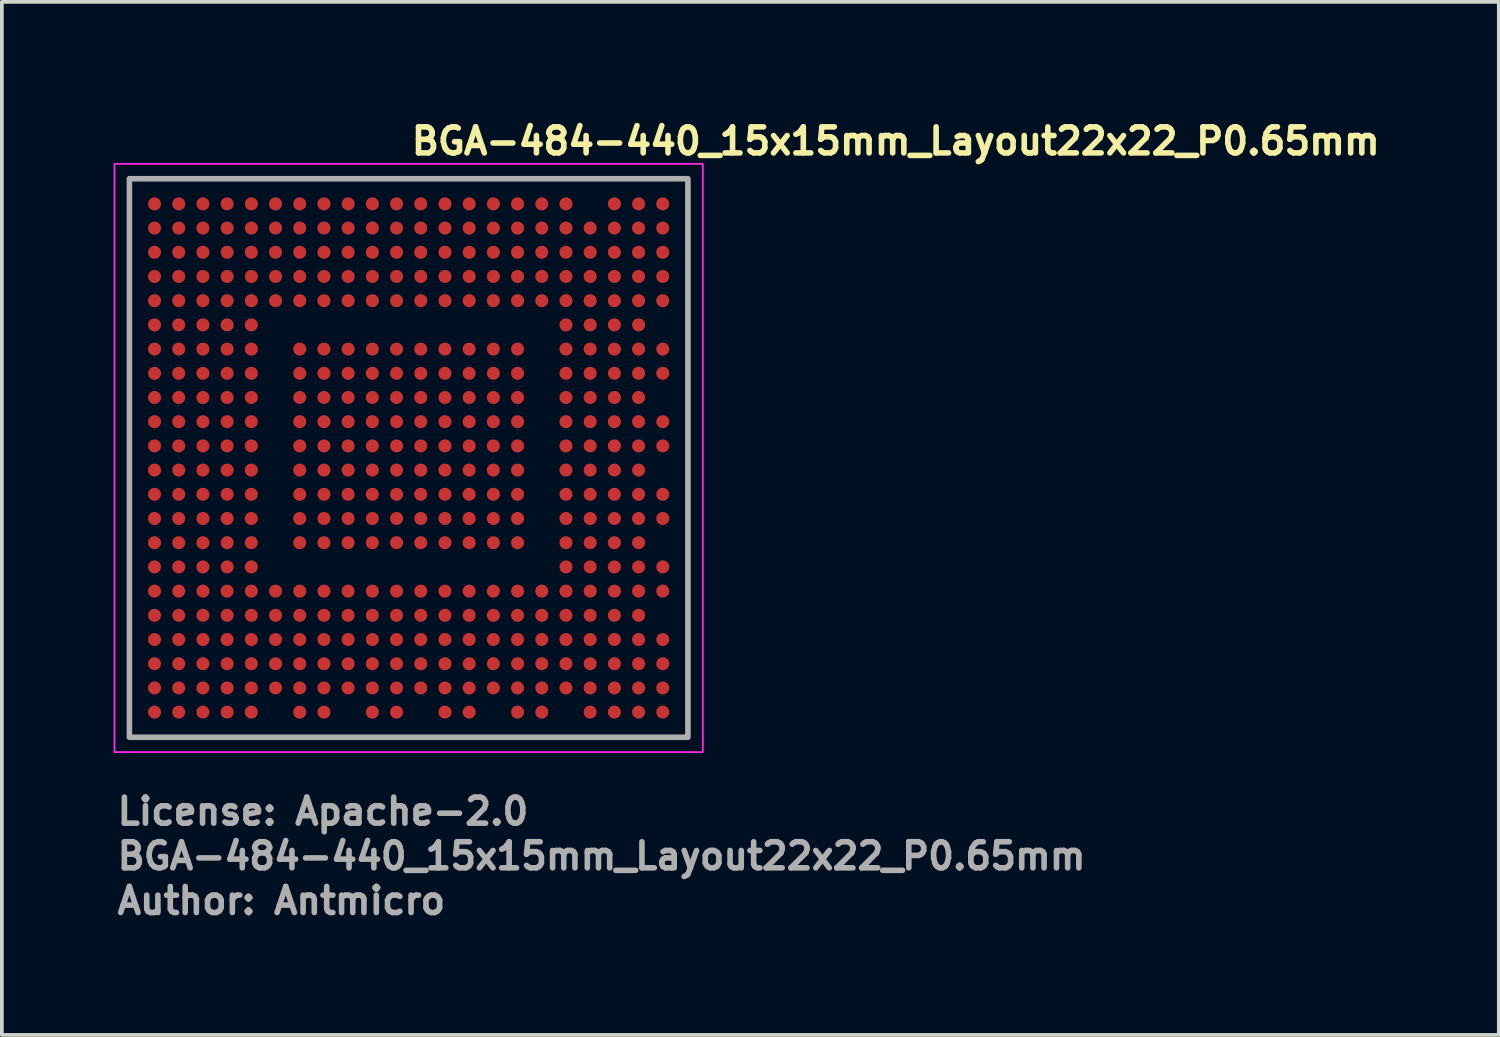
<source format=kicad_pcb>
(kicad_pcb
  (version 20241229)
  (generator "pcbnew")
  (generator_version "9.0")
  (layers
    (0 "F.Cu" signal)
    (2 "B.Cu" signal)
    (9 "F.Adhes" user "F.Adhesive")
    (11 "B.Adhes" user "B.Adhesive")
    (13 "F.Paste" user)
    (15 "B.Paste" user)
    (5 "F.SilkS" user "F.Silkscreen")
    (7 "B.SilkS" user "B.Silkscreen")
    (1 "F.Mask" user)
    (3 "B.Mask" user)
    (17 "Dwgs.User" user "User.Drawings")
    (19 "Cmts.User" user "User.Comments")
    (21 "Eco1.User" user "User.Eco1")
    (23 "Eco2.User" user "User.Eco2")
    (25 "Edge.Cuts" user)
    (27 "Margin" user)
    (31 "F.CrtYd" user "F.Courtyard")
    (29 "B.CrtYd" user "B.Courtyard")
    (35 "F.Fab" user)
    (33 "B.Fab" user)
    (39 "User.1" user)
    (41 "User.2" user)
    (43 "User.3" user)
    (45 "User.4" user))
  (footprint "BGA-484-440_15x15mm_Layout22x22_P0.65mm"
    (layer "F.Cu")
    (at 7.925 9.25)
    (property "Reference" "BGA-484-440_15x15mm_Layout22x22_P0.65mm" (at 0 -8.1 0) (unlocked yes) (layer "F.SilkS") (effects (font (size 0.7 0.7) (thickness 0.15)) (justify left bottom)))
    (attr smd)
    (fp_rect (start -7.9 -7.9) (end 7.9 7.9) (stroke (width 0.05) (type solid)) (fill no) (layer "F.CrtYd"))
    (fp_rect (start -7.5 -7.5) (end 7.5 7.5) (stroke (width 0.15) (type solid)) (fill no) (layer "F.Fab"))
    (fp_rect (start -7.5 -7.5) (end 7.5 7.5) (stroke (width 0.1) (type solid)) (fill no) (layer "User.5"))
    (fp_line (start -7.5 -7.5) (end -7.5 7.5) (stroke (width 0.02) (type solid)) (layer "User.9"))
    (fp_line (start -7.5 -7.5) (end 7.5 -7.5) (stroke (width 0.02) (type solid)) (layer "User.9"))
    (fp_line (start -7.5 7.5) (end 7.5 7.5) (stroke (width 0.02) (type solid)) (layer "User.9"))
    (fp_line (start -7.292 7.198) (end -7.292 -7.192) (stroke (width 0.02) (type solid)) (layer "User.9"))
    (fp_line (start -7.292 7.198) (end -7.257 7.198) (stroke (width 0.02) (type solid)) (layer "User.9"))
    (fp_line (start -7.257 -7.192) (end -7.292 -7.192) (stroke (width 0.02) (type solid)) (layer "User.9"))
    (fp_line (start -7.257 7.198) (end -7.257 -7.192) (stroke (width 0.02) (type solid)) (layer "User.9"))
    (fp_line (start -7.187 -7.297) (end 7.203 -7.297) (stroke (width 0.02) (type solid)) (layer "User.9"))
    (fp_line (start -7.187 -7.262) (end -7.187 -7.297) (stroke (width 0.02) (type solid)) (layer "User.9"))
    (fp_line (start -7.187 -7.262) (end 7.203 -7.262) (stroke (width 0.02) (type solid)) (layer "User.9"))
    (fp_line (start -7.187 7.268) (end -7.187 7.303) (stroke (width 0.02) (type solid)) (layer "User.9"))
    (fp_line (start -5.99 5.413) (end -5.99 -5.407) (stroke (width 0.02) (type solid)) (layer "User.9"))
    (fp_line (start -5.956 -5.402) (end -5.784 -5.402) (stroke (width 0.02) (type solid)) (layer "User.9"))
    (fp_line (start -5.956 5.408) (end -5.956 -5.402) (stroke (width 0.02) (type solid)) (layer "User.9"))
    (fp_line (start -5.956 5.408) (end -5.784 5.408) (stroke (width 0.02) (type solid)) (layer "User.9"))
    (fp_line (start -5.784 5.408) (end -5.784 -5.402) (stroke (width 0.02) (type solid)) (layer "User.9"))
    (fp_line (start -5.402 -5.995) (end 5.418 -5.995) (stroke (width 0.02) (type solid)) (layer "User.9"))
    (fp_line (start -5.397 -5.961) (end -5.397 -5.789) (stroke (width 0.02) (type solid)) (layer "User.9"))
    (fp_line (start -5.397 -5.961) (end 5.413 -5.961) (stroke (width 0.02) (type solid)) (layer "User.9"))
    (fp_line (start -5.397 -5.789) (end 5.413 -5.789) (stroke (width 0.02) (type solid)) (layer "User.9"))
    (fp_line (start -5.397 5.967) (end -5.397 5.795) (stroke (width 0.02) (type solid)) (layer "User.9"))
    (fp_line (start 5.413 -5.961) (end 5.413 -5.789) (stroke (width 0.02) (type solid)) (layer "User.9"))
    (fp_line (start 5.413 5.795) (end -5.397 5.795) (stroke (width 0.02) (type solid)) (layer "User.9"))
    (fp_line (start 5.413 5.967) (end -5.396 5.967) (stroke (width 0.02) (type solid)) (layer "User.9"))
    (fp_line (start 5.413 5.967) (end 5.413 5.795) (stroke (width 0.02) (type solid)) (layer "User.9"))
    (fp_line (start 5.413 6.002) (end -5.402 6.002) (stroke (width 0.02) (type solid)) (layer "User.9"))
    (fp_line (start 5.8 -5.402) (end 5.8 5.408) (stroke (width 0.02) (type solid)) (layer "User.9"))
    (fp_line (start 5.8 5.408) (end 5.972 5.408) (stroke (width 0.02) (type solid)) (layer "User.9"))
    (fp_line (start 5.972 -5.402) (end 5.8 -5.402) (stroke (width 0.02) (type solid)) (layer "User.9"))
    (fp_line (start 5.972 -5.402) (end 5.972 5.408) (stroke (width 0.02) (type solid)) (layer "User.9"))
    (fp_line (start 6.006 -5.407) (end 6.006 5.413) (stroke (width 0.02) (type solid)) (layer "User.9"))
    (fp_line (start 7.203 -7.262) (end 7.203 -7.297) (stroke (width 0.02) (type solid)) (layer "User.9"))
    (fp_line (start 7.203 7.268) (end -7.187 7.268) (stroke (width 0.02) (type solid)) (layer "User.9"))
    (fp_line (start 7.203 7.268) (end 7.203 7.303) (stroke (width 0.02) (type solid)) (layer "User.9"))
    (fp_line (start 7.203 7.303) (end -7.187 7.303) (stroke (width 0.02) (type solid)) (layer "User.9"))
    (fp_line (start 7.273 -7.192) (end 7.273 7.198) (stroke (width 0.02) (type solid)) (layer "User.9"))
    (fp_line (start 7.273 -7.192) (end 7.308 -7.192) (stroke (width 0.02) (type solid)) (layer "User.9"))
    (fp_line (start 7.273 7.198) (end 7.308 7.198) (stroke (width 0.02) (type solid)) (layer "User.9"))
    (fp_line (start 7.308 -7.192) (end 7.308 7.198) (stroke (width 0.02) (type solid)) (layer "User.9"))
    (fp_line (start 7.5 -7.5) (end 7.5 7.5) (stroke (width 0.02) (type solid)) (layer "User.9"))
    (fp_arc (start -7.292 -7.192) (mid -7.261 -7.266) (end -7.187 -7.297) (stroke (width 0.02) (type solid)) (layer "User.9"))
    (fp_arc (start -7.257 -7.192) (mid -7.236 -7.241) (end -7.187 -7.262) (stroke (width 0.02) (type solid)) (layer "User.9"))
    (fp_arc (start -7.187 7.268) (mid -7.236 7.247) (end -7.257 7.198) (stroke (width 0.02) (type solid)) (layer "User.9"))
    (fp_arc (start -7.187 7.303) (mid -7.261 7.272) (end -7.292 7.198) (stroke (width 0.02) (type solid)) (layer "User.9"))
    (fp_arc (start -5.99 -5.402) (mid -5.817252 -5.820133) (end -5.4 -5.995) (stroke (width 0.02) (type solid)) (layer "User.9"))
    (fp_arc (start -5.956 -5.402) (mid -5.788238 -5.798181) (end -5.39 -5.961) (stroke (width 0.02) (type solid)) (layer "User.9"))
    (fp_arc (start -5.784 -5.397) (mid -5.670289 -5.671771) (end -5.397 -5.789) (stroke (width 0.02) (type solid)) (layer "User.9"))
    (fp_arc (start -5.397279 5.96634) (mid -5.79346 5.798578) (end -5.956279 5.40034) (stroke (width 0.02) (type solid)) (layer "User.9"))
    (fp_arc (start -5.397279 6.00034) (mid -5.815412 5.827592) (end -5.990279 5.41034) (stroke (width 0.02) (type solid)) (layer "User.9"))
    (fp_arc (start -5.392279 5.79434) (mid -5.66705 5.680629) (end -5.784279 5.40734) (stroke (width 0.02) (type solid)) (layer "User.9"))
    (fp_arc (start 5.411 -5.961692) (mid 5.806738 -5.797842) (end 5.972 -5.402692) (stroke (width 0.02) (type solid)) (layer "User.9"))
    (fp_arc (start 5.418 -5.789692) (mid 5.687771 -5.673945) (end 5.8 -5.402692) (stroke (width 0.02) (type solid)) (layer "User.9"))
    (fp_arc (start 5.421 -5.995692) (mid 5.836251 -5.82) (end 6.007 -5.402692) (stroke (width 0.02) (type solid)) (layer "User.9"))
    (fp_arc (start 5.8 5.413) (mid 5.684253 5.682771) (end 5.413 5.795) (stroke (width 0.02) (type solid)) (layer "User.9"))
    (fp_arc (start 5.972 5.406) (mid 5.80815 5.801738) (end 5.413 5.967) (stroke (width 0.02) (type solid)) (layer "User.9"))
    (fp_arc (start 6.006 5.416) (mid 5.830308 5.831251) (end 5.413 6.002) (stroke (width 0.02) (type solid)) (layer "User.9"))
    (fp_arc (start 7.203 -7.297) (mid 7.277 -7.266) (end 7.308 -7.192) (stroke (width 0.02) (type solid)) (layer "User.9"))
    (fp_arc (start 7.203 -7.262) (mid 7.252 -7.241) (end 7.273 -7.192) (stroke (width 0.02) (type solid)) (layer "User.9"))
    (fp_arc (start 7.273 7.198) (mid 7.252 7.247) (end 7.203 7.268) (stroke (width 0.02) (type solid)) (layer "User.9"))
    (fp_arc (start 7.308 7.198) (mid 7.277 7.272) (end 7.203 7.303) (stroke (width 0.02) (type solid)) (layer "User.9"))
    (fp_circle (center -5 -5) (end -4.88 -5) (stroke (width 0.01) (type default)) (fill no) (layer "User.9"))
    (fp_text user "License: Apache-2.0" (at -7.9 9.9 0) (layer "F.Fab") (effects (font (size 0.7 0.7) (thickness 0.15)) (justify left bottom)))
    (fp_text user "${REFERENCE}" (at -7.9 11.1 0) (unlocked yes) (layer "F.Fab") (effects (font (size 0.7 0.7) (thickness 0.15)) (justify left bottom)))
    (fp_text user "Author: Antmicro" (at -7.9 12.3 0) (layer "F.Fab") (effects (font (size 0.7 0.7) (thickness 0.15)) (justify left bottom)))
    (pad "A1" smd circle (at -6.825 -6.825) (size 0.35 0.35) (layers "F.Cu" "F.Mask" "F.Paste"))
    (pad "A1" smd circle (at -6.825 6.825) (size 0.35 0.35) (layers "F.Cu" "F.Mask" "F.Paste"))
    (pad "A2" smd circle (at -6.175 -6.825) (size 0.35 0.35) (layers "F.Cu" "F.Mask" "F.Paste"))
    (pad "A2" smd circle (at -6.175 6.825) (size 0.35 0.35) (layers "F.Cu" "F.Mask" "F.Paste"))
    (pad "A3" smd circle (at -5.525 -6.825) (size 0.35 0.35) (layers "F.Cu" "F.Mask" "F.Paste"))
    (pad "A3" smd circle (at -5.525 6.825) (size 0.35 0.35) (layers "F.Cu" "F.Mask" "F.Paste"))
    (pad "A4" smd circle (at -4.875 -6.825) (size 0.35 0.35) (layers "F.Cu" "F.Mask" "F.Paste"))
    (pad "A4" smd circle (at -4.875 6.825) (size 0.35 0.35) (layers "F.Cu" "F.Mask" "F.Paste"))
    (pad "A5" smd circle (at -4.225 -6.825) (size 0.35 0.35) (layers "F.Cu" "F.Mask" "F.Paste"))
    (pad "A5" smd circle (at -4.225 6.825) (size 0.35 0.35) (layers "F.Cu" "F.Mask" "F.Paste"))
    (pad "A6" smd circle (at -3.575 -6.825) (size 0.35 0.35) (layers "F.Cu" "F.Mask" "F.Paste"))
    (pad "A7" smd circle (at -2.925 -6.825) (size 0.35 0.35) (layers "F.Cu" "F.Mask" "F.Paste"))
    (pad "A8" smd circle (at -2.275 -6.825) (size 0.35 0.35) (layers "F.Cu" "F.Mask" "F.Paste"))
    (pad "A9" smd circle (at -1.625 -6.825) (size 0.35 0.35) (layers "F.Cu" "F.Mask" "F.Paste"))
    (pad "A10" smd circle (at -0.975 -6.825) (size 0.35 0.35) (layers "F.Cu" "F.Mask" "F.Paste"))
    (pad "A11" smd circle (at -0.325 -6.825) (size 0.35 0.35) (layers "F.Cu" "F.Mask" "F.Paste"))
    (pad "A12" smd circle (at 0.325 -6.825) (size 0.35 0.35) (layers "F.Cu" "F.Mask" "F.Paste"))
    (pad "A13" smd circle (at 0.975 -6.825) (size 0.35 0.35) (layers "F.Cu" "F.Mask" "F.Paste"))
    (pad "A14" smd circle (at 1.625 -6.825) (size 0.35 0.35) (layers "F.Cu" "F.Mask" "F.Paste"))
    (pad "A15" smd circle (at 2.275 -6.825) (size 0.35 0.35) (layers "F.Cu" "F.Mask" "F.Paste"))
    (pad "A16" smd circle (at 2.925 -6.825) (size 0.35 0.35) (layers "F.Cu" "F.Mask" "F.Paste"))
    (pad "A17" smd circle (at 3.575 -6.825) (size 0.35 0.35) (layers "F.Cu" "F.Mask" "F.Paste"))
    (pad "A18" smd circle (at 4.225 -6.825) (size 0.35 0.35) (layers "F.Cu" "F.Mask" "F.Paste"))
    (pad "A20" smd circle (at 5.525 -6.825) (size 0.35 0.35) (layers "F.Cu" "F.Mask" "F.Paste"))
    (pad "A21" smd circle (at 6.175 -6.825) (size 0.35 0.35) (layers "F.Cu" "F.Mask" "F.Paste"))
    (pad "A22" smd circle (at 6.825 -6.825) (size 0.35 0.35) (layers "F.Cu" "F.Mask" "F.Paste"))
    (pad "B1" smd circle (at -6.825 -6.175) (size 0.35 0.35) (layers "F.Cu" "F.Mask" "F.Paste"))
    (pad "B2" smd circle (at -6.175 -6.175) (size 0.35 0.35) (layers "F.Cu" "F.Mask" "F.Paste"))
    (pad "B3" smd circle (at -5.525 -6.175) (size 0.35 0.35) (layers "F.Cu" "F.Mask" "F.Paste"))
    (pad "B4" smd circle (at -4.875 -6.175) (size 0.35 0.35) (layers "F.Cu" "F.Mask" "F.Paste"))
    (pad "B5" smd circle (at -4.225 -6.175) (size 0.35 0.35) (layers "F.Cu" "F.Mask" "F.Paste"))
    (pad "B6" smd circle (at -3.575 -6.175) (size 0.35 0.35) (layers "F.Cu" "F.Mask" "F.Paste"))
    (pad "B7" smd circle (at -2.925 -6.175) (size 0.35 0.35) (layers "F.Cu" "F.Mask" "F.Paste"))
    (pad "B8" smd circle (at -2.275 -6.175) (size 0.35 0.35) (layers "F.Cu" "F.Mask" "F.Paste"))
    (pad "B9" smd circle (at -1.625 -6.175) (size 0.35 0.35) (layers "F.Cu" "F.Mask" "F.Paste"))
    (pad "B10" smd circle (at -0.975 -6.175) (size 0.35 0.35) (layers "F.Cu" "F.Mask" "F.Paste"))
    (pad "B11" smd circle (at -0.325 -6.175) (size 0.35 0.35) (layers "F.Cu" "F.Mask" "F.Paste"))
    (pad "B12" smd circle (at 0.325 -6.175) (size 0.35 0.35) (layers "F.Cu" "F.Mask" "F.Paste"))
    (pad "B13" smd circle (at 0.975 -6.175) (size 0.35 0.35) (layers "F.Cu" "F.Mask" "F.Paste"))
    (pad "B14" smd circle (at 1.625 -6.175) (size 0.35 0.35) (layers "F.Cu" "F.Mask" "F.Paste"))
    (pad "B15" smd circle (at 2.275 -6.175) (size 0.35 0.35) (layers "F.Cu" "F.Mask" "F.Paste"))
    (pad "B16" smd circle (at 2.925 -6.175) (size 0.35 0.35) (layers "F.Cu" "F.Mask" "F.Paste"))
    (pad "B17" smd circle (at 3.575 -6.175) (size 0.35 0.35) (layers "F.Cu" "F.Mask" "F.Paste"))
    (pad "B18" smd circle (at 4.225 -6.175) (size 0.35 0.35) (layers "F.Cu" "F.Mask" "F.Paste"))
    (pad "B19" smd circle (at 4.875 -6.175) (size 0.35 0.35) (layers "F.Cu" "F.Mask" "F.Paste"))
    (pad "B20" smd circle (at 5.525 -6.175) (size 0.35 0.35) (layers "F.Cu" "F.Mask" "F.Paste"))
    (pad "B21" smd circle (at 6.175 -6.175) (size 0.35 0.35) (layers "F.Cu" "F.Mask" "F.Paste"))
    (pad "B22" smd circle (at 6.825 -6.175) (size 0.35 0.35) (layers "F.Cu" "F.Mask" "F.Paste"))
    (pad "C1" smd circle (at -6.825 -5.525) (size 0.35 0.35) (layers "F.Cu" "F.Mask" "F.Paste"))
    (pad "C2" smd circle (at -6.175 -5.525) (size 0.35 0.35) (layers "F.Cu" "F.Mask" "F.Paste"))
    (pad "C3" smd circle (at -5.525 -5.525) (size 0.35 0.35) (layers "F.Cu" "F.Mask" "F.Paste"))
    (pad "C4" smd circle (at -4.875 -5.525) (size 0.35 0.35) (layers "F.Cu" "F.Mask" "F.Paste"))
    (pad "C5" smd circle (at -4.225 -5.525) (size 0.35 0.35) (layers "F.Cu" "F.Mask" "F.Paste"))
    (pad "C6" smd circle (at -3.575 -5.525) (size 0.35 0.35) (layers "F.Cu" "F.Mask" "F.Paste"))
    (pad "C7" smd circle (at -2.925 -5.525) (size 0.35 0.35) (layers "F.Cu" "F.Mask" "F.Paste"))
    (pad "C8" smd circle (at -2.275 -5.525) (size 0.35 0.35) (layers "F.Cu" "F.Mask" "F.Paste"))
    (pad "C9" smd circle (at -1.625 -5.525) (size 0.35 0.35) (layers "F.Cu" "F.Mask" "F.Paste"))
    (pad "C10" smd circle (at -0.975 -5.525) (size 0.35 0.35) (layers "F.Cu" "F.Mask" "F.Paste"))
    (pad "C11" smd circle (at -0.325 -5.525) (size 0.35 0.35) (layers "F.Cu" "F.Mask" "F.Paste"))
    (pad "C12" smd circle (at 0.325 -5.525) (size 0.35 0.35) (layers "F.Cu" "F.Mask" "F.Paste"))
    (pad "C13" smd circle (at 0.975 -5.525) (size 0.35 0.35) (layers "F.Cu" "F.Mask" "F.Paste"))
    (pad "C14" smd circle (at 1.625 -5.525) (size 0.35 0.35) (layers "F.Cu" "F.Mask" "F.Paste"))
    (pad "C15" smd circle (at 2.275 -5.525) (size 0.35 0.35) (layers "F.Cu" "F.Mask" "F.Paste"))
    (pad "C16" smd circle (at 2.925 -5.525) (size 0.35 0.35) (layers "F.Cu" "F.Mask" "F.Paste"))
    (pad "C17" smd circle (at 3.575 -5.525) (size 0.35 0.35) (layers "F.Cu" "F.Mask" "F.Paste"))
    (pad "C18" smd circle (at 4.225 -5.525) (size 0.35 0.35) (layers "F.Cu" "F.Mask" "F.Paste"))
    (pad "C19" smd circle (at 4.875 -5.525) (size 0.35 0.35) (layers "F.Cu" "F.Mask" "F.Paste"))
    (pad "C20" smd circle (at 5.525 -5.525) (size 0.35 0.35) (layers "F.Cu" "F.Mask" "F.Paste"))
    (pad "C21" smd circle (at 6.175 -5.525) (size 0.35 0.35) (layers "F.Cu" "F.Mask" "F.Paste"))
    (pad "C22" smd circle (at 6.825 -5.525) (size 0.35 0.35) (layers "F.Cu" "F.Mask" "F.Paste"))
    (pad "D1" smd circle (at -6.825 -4.875) (size 0.35 0.35) (layers "F.Cu" "F.Mask" "F.Paste"))
    (pad "D2" smd circle (at -6.175 -4.875) (size 0.35 0.35) (layers "F.Cu" "F.Mask" "F.Paste"))
    (pad "D3" smd circle (at -5.525 -4.875) (size 0.35 0.35) (layers "F.Cu" "F.Mask" "F.Paste"))
    (pad "D4" smd circle (at -4.875 -4.875) (size 0.35 0.35) (layers "F.Cu" "F.Mask" "F.Paste"))
    (pad "D5" smd circle (at -4.225 -4.875) (size 0.35 0.35) (layers "F.Cu" "F.Mask" "F.Paste"))
    (pad "D6" smd circle (at -3.575 -4.875) (size 0.35 0.35) (layers "F.Cu" "F.Mask" "F.Paste"))
    (pad "D7" smd circle (at -2.925 -4.875) (size 0.35 0.35) (layers "F.Cu" "F.Mask" "F.Paste"))
    (pad "D8" smd circle (at -2.275 -4.875) (size 0.35 0.35) (layers "F.Cu" "F.Mask" "F.Paste"))
    (pad "D9" smd circle (at -1.625 -4.875) (size 0.35 0.35) (layers "F.Cu" "F.Mask" "F.Paste"))
    (pad "D10" smd circle (at -0.975 -4.875) (size 0.35 0.35) (layers "F.Cu" "F.Mask" "F.Paste"))
    (pad "D11" smd circle (at -0.325 -4.875) (size 0.35 0.35) (layers "F.Cu" "F.Mask" "F.Paste"))
    (pad "D12" smd circle (at 0.325 -4.875) (size 0.35 0.35) (layers "F.Cu" "F.Mask" "F.Paste"))
    (pad "D13" smd circle (at 0.975 -4.875) (size 0.35 0.35) (layers "F.Cu" "F.Mask" "F.Paste"))
    (pad "D14" smd circle (at 1.625 -4.875) (size 0.35 0.35) (layers "F.Cu" "F.Mask" "F.Paste"))
    (pad "D15" smd circle (at 2.275 -4.875) (size 0.35 0.35) (layers "F.Cu" "F.Mask" "F.Paste"))
    (pad "D16" smd circle (at 2.925 -4.875) (size 0.35 0.35) (layers "F.Cu" "F.Mask" "F.Paste"))
    (pad "D17" smd circle (at 3.575 -4.875) (size 0.35 0.35) (layers "F.Cu" "F.Mask" "F.Paste"))
    (pad "D18" smd circle (at 4.225 -4.875) (size 0.35 0.35) (layers "F.Cu" "F.Mask" "F.Paste"))
    (pad "D19" smd circle (at 4.875 -4.875) (size 0.35 0.35) (layers "F.Cu" "F.Mask" "F.Paste"))
    (pad "D20" smd circle (at 5.525 -4.875) (size 0.35 0.35) (layers "F.Cu" "F.Mask" "F.Paste"))
    (pad "D21" smd circle (at 6.175 -4.875) (size 0.35 0.35) (layers "F.Cu" "F.Mask" "F.Paste"))
    (pad "D22" smd circle (at 6.825 -4.875) (size 0.35 0.35) (layers "F.Cu" "F.Mask" "F.Paste"))
    (pad "E1" smd circle (at -6.825 -4.225) (size 0.35 0.35) (layers "F.Cu" "F.Mask" "F.Paste"))
    (pad "E2" smd circle (at -6.175 -4.225) (size 0.35 0.35) (layers "F.Cu" "F.Mask" "F.Paste"))
    (pad "E3" smd circle (at -5.525 -4.225) (size 0.35 0.35) (layers "F.Cu" "F.Mask" "F.Paste"))
    (pad "E4" smd circle (at -4.875 -4.225) (size 0.35 0.35) (layers "F.Cu" "F.Mask" "F.Paste"))
    (pad "E5" smd circle (at -4.225 -4.225) (size 0.35 0.35) (layers "F.Cu" "F.Mask" "F.Paste"))
    (pad "E6" smd circle (at -3.575 -4.225) (size 0.35 0.35) (layers "F.Cu" "F.Mask" "F.Paste"))
    (pad "E7" smd circle (at -2.925 -4.225) (size 0.35 0.35) (layers "F.Cu" "F.Mask" "F.Paste"))
    (pad "E8" smd circle (at -2.275 -4.225) (size 0.35 0.35) (layers "F.Cu" "F.Mask" "F.Paste"))
    (pad "E9" smd circle (at -1.625 -4.225) (size 0.35 0.35) (layers "F.Cu" "F.Mask" "F.Paste"))
    (pad "E10" smd circle (at -0.975 -4.225) (size 0.35 0.35) (layers "F.Cu" "F.Mask" "F.Paste"))
    (pad "E11" smd circle (at -0.325 -4.225) (size 0.35 0.35) (layers "F.Cu" "F.Mask" "F.Paste"))
    (pad "E12" smd circle (at 0.325 -4.225) (size 0.35 0.35) (layers "F.Cu" "F.Mask" "F.Paste"))
    (pad "E13" smd circle (at 0.975 -4.225) (size 0.35 0.35) (layers "F.Cu" "F.Mask" "F.Paste"))
    (pad "E14" smd circle (at 1.625 -4.225) (size 0.35 0.35) (layers "F.Cu" "F.Mask" "F.Paste"))
    (pad "E15" smd circle (at 2.275 -4.225) (size 0.35 0.35) (layers "F.Cu" "F.Mask" "F.Paste"))
    (pad "E16" smd circle (at 2.925 -4.225) (size 0.35 0.35) (layers "F.Cu" "F.Mask" "F.Paste"))
    (pad "E17" smd circle (at 3.575 -4.225) (size 0.35 0.35) (layers "F.Cu" "F.Mask" "F.Paste"))
    (pad "E18" smd circle (at 4.225 -4.225) (size 0.35 0.35) (layers "F.Cu" "F.Mask" "F.Paste"))
    (pad "E19" smd circle (at 4.875 -4.225) (size 0.35 0.35) (layers "F.Cu" "F.Mask" "F.Paste"))
    (pad "E20" smd circle (at 5.525 -4.225) (size 0.35 0.35) (layers "F.Cu" "F.Mask" "F.Paste"))
    (pad "E21" smd circle (at 6.175 -4.225) (size 0.35 0.35) (layers "F.Cu" "F.Mask" "F.Paste"))
    (pad "E22" smd circle (at 6.825 -4.225) (size 0.35 0.35) (layers "F.Cu" "F.Mask" "F.Paste"))
    (pad "F1" smd circle (at -6.825 -3.575) (size 0.35 0.35) (layers "F.Cu" "F.Mask" "F.Paste"))
    (pad "F2" smd circle (at -6.175 -3.575) (size 0.35 0.35) (layers "F.Cu" "F.Mask" "F.Paste"))
    (pad "F3" smd circle (at -5.525 -3.575) (size 0.35 0.35) (layers "F.Cu" "F.Mask" "F.Paste"))
    (pad "F4" smd circle (at -4.875 -3.575) (size 0.35 0.35) (layers "F.Cu" "F.Mask" "F.Paste"))
    (pad "F5" smd circle (at -4.225 -3.575) (size 0.35 0.35) (layers "F.Cu" "F.Mask" "F.Paste"))
    (pad "F18" smd circle (at 4.225 -3.575) (size 0.35 0.35) (layers "F.Cu" "F.Mask" "F.Paste"))
    (pad "F19" smd circle (at 4.875 -3.575) (size 0.35 0.35) (layers "F.Cu" "F.Mask" "F.Paste"))
    (pad "F20" smd circle (at 5.525 -3.575) (size 0.35 0.35) (layers "F.Cu" "F.Mask" "F.Paste"))
    (pad "F21" smd circle (at 6.175 -3.575) (size 0.35 0.35) (layers "F.Cu" "F.Mask" "F.Paste"))
    (pad "G1" smd circle (at -6.825 -2.925) (size 0.35 0.35) (layers "F.Cu" "F.Mask" "F.Paste"))
    (pad "G2" smd circle (at -6.175 -2.925) (size 0.35 0.35) (layers "F.Cu" "F.Mask" "F.Paste"))
    (pad "G3" smd circle (at -5.525 -2.925) (size 0.35 0.35) (layers "F.Cu" "F.Mask" "F.Paste"))
    (pad "G4" smd circle (at -4.875 -2.925) (size 0.35 0.35) (layers "F.Cu" "F.Mask" "F.Paste"))
    (pad "G5" smd circle (at -4.225 -2.925) (size 0.35 0.35) (layers "F.Cu" "F.Mask" "F.Paste"))
    (pad "G7" smd circle (at -2.925 -2.925) (size 0.35 0.35) (layers "F.Cu" "F.Mask" "F.Paste"))
    (pad "G8" smd circle (at -2.275 -2.925) (size 0.35 0.35) (layers "F.Cu" "F.Mask" "F.Paste"))
    (pad "G9" smd circle (at -1.625 -2.925) (size 0.35 0.35) (layers "F.Cu" "F.Mask" "F.Paste"))
    (pad "G10" smd circle (at -0.975 -2.925) (size 0.35 0.35) (layers "F.Cu" "F.Mask" "F.Paste"))
    (pad "G11" smd circle (at -0.325 -2.925) (size 0.35 0.35) (layers "F.Cu" "F.Mask" "F.Paste"))
    (pad "G12" smd circle (at 0.325 -2.925) (size 0.35 0.35) (layers "F.Cu" "F.Mask" "F.Paste"))
    (pad "G13" smd circle (at 0.975 -2.925) (size 0.35 0.35) (layers "F.Cu" "F.Mask" "F.Paste"))
    (pad "G14" smd circle (at 1.625 -2.925) (size 0.35 0.35) (layers "F.Cu" "F.Mask" "F.Paste"))
    (pad "G15" smd circle (at 2.275 -2.925) (size 0.35 0.35) (layers "F.Cu" "F.Mask" "F.Paste"))
    (pad "G16" smd circle (at 2.925 -2.925) (size 0.35 0.35) (layers "F.Cu" "F.Mask" "F.Paste"))
    (pad "G18" smd circle (at 4.225 -2.925) (size 0.35 0.35) (layers "F.Cu" "F.Mask" "F.Paste"))
    (pad "G19" smd circle (at 4.875 -2.925) (size 0.35 0.35) (layers "F.Cu" "F.Mask" "F.Paste"))
    (pad "G20" smd circle (at 5.525 -2.925) (size 0.35 0.35) (layers "F.Cu" "F.Mask" "F.Paste"))
    (pad "G21" smd circle (at 6.175 -2.925) (size 0.35 0.35) (layers "F.Cu" "F.Mask" "F.Paste"))
    (pad "G22" smd circle (at 6.825 -2.925) (size 0.35 0.35) (layers "F.Cu" "F.Mask" "F.Paste"))
    (pad "H1" smd circle (at -6.825 -2.275) (size 0.35 0.35) (layers "F.Cu" "F.Mask" "F.Paste"))
    (pad "H2" smd circle (at -6.175 -2.275) (size 0.35 0.35) (layers "F.Cu" "F.Mask" "F.Paste"))
    (pad "H3" smd circle (at -5.525 -2.275) (size 0.35 0.35) (layers "F.Cu" "F.Mask" "F.Paste"))
    (pad "H4" smd circle (at -4.875 -2.275) (size 0.35 0.35) (layers "F.Cu" "F.Mask" "F.Paste"))
    (pad "H5" smd circle (at -4.225 -2.275) (size 0.35 0.35) (layers "F.Cu" "F.Mask" "F.Paste"))
    (pad "H7" smd circle (at -2.925 -2.275) (size 0.35 0.35) (layers "F.Cu" "F.Mask" "F.Paste"))
    (pad "H8" smd circle (at -2.275 -2.275) (size 0.35 0.35) (layers "F.Cu" "F.Mask" "F.Paste"))
    (pad "H9" smd circle (at -1.625 -2.275) (size 0.35 0.35) (layers "F.Cu" "F.Mask" "F.Paste"))
    (pad "H10" smd circle (at -0.975 -2.275) (size 0.35 0.35) (layers "F.Cu" "F.Mask" "F.Paste"))
    (pad "H11" smd circle (at -0.325 -2.275) (size 0.35 0.35) (layers "F.Cu" "F.Mask" "F.Paste"))
    (pad "H12" smd circle (at 0.325 -2.275) (size 0.35 0.35) (layers "F.Cu" "F.Mask" "F.Paste"))
    (pad "H13" smd circle (at 0.975 -2.275) (size 0.35 0.35) (layers "F.Cu" "F.Mask" "F.Paste"))
    (pad "H14" smd circle (at 1.625 -2.275) (size 0.35 0.35) (layers "F.Cu" "F.Mask" "F.Paste"))
    (pad "H15" smd circle (at 2.275 -2.275) (size 0.35 0.35) (layers "F.Cu" "F.Mask" "F.Paste"))
    (pad "H16" smd circle (at 2.925 -2.275) (size 0.35 0.35) (layers "F.Cu" "F.Mask" "F.Paste"))
    (pad "H18" smd circle (at 4.225 -2.275) (size 0.35 0.35) (layers "F.Cu" "F.Mask" "F.Paste"))
    (pad "H19" smd circle (at 4.875 -2.275) (size 0.35 0.35) (layers "F.Cu" "F.Mask" "F.Paste"))
    (pad "H20" smd circle (at 5.525 -2.275) (size 0.35 0.35) (layers "F.Cu" "F.Mask" "F.Paste"))
    (pad "H21" smd circle (at 6.175 -2.275) (size 0.35 0.35) (layers "F.Cu" "F.Mask" "F.Paste"))
    (pad "H22" smd circle (at 6.825 -2.275) (size 0.35 0.35) (layers "F.Cu" "F.Mask" "F.Paste"))
    (pad "I1" smd circle (at -6.825 -1.625) (size 0.35 0.35) (layers "F.Cu" "F.Mask" "F.Paste"))
    (pad "I2" smd circle (at -6.175 -1.625) (size 0.35 0.35) (layers "F.Cu" "F.Mask" "F.Paste"))
    (pad "I3" smd circle (at -5.525 -1.625) (size 0.35 0.35) (layers "F.Cu" "F.Mask" "F.Paste"))
    (pad "I4" smd circle (at -4.875 -1.625) (size 0.35 0.35) (layers "F.Cu" "F.Mask" "F.Paste"))
    (pad "I5" smd circle (at -4.225 -1.625) (size 0.35 0.35) (layers "F.Cu" "F.Mask" "F.Paste"))
    (pad "I7" smd circle (at -2.925 -1.625) (size 0.35 0.35) (layers "F.Cu" "F.Mask" "F.Paste"))
    (pad "I8" smd circle (at -2.275 -1.625) (size 0.35 0.35) (layers "F.Cu" "F.Mask" "F.Paste"))
    (pad "I9" smd circle (at -1.625 -1.625) (size 0.35 0.35) (layers "F.Cu" "F.Mask" "F.Paste"))
    (pad "I10" smd circle (at -0.975 -1.625) (size 0.35 0.35) (layers "F.Cu" "F.Mask" "F.Paste"))
    (pad "I11" smd circle (at -0.325 -1.625) (size 0.35 0.35) (layers "F.Cu" "F.Mask" "F.Paste"))
    (pad "I12" smd circle (at 0.325 -1.625) (size 0.35 0.35) (layers "F.Cu" "F.Mask" "F.Paste"))
    (pad "I13" smd circle (at 0.975 -1.625) (size 0.35 0.35) (layers "F.Cu" "F.Mask" "F.Paste"))
    (pad "I14" smd circle (at 1.625 -1.625) (size 0.35 0.35) (layers "F.Cu" "F.Mask" "F.Paste"))
    (pad "I15" smd circle (at 2.275 -1.625) (size 0.35 0.35) (layers "F.Cu" "F.Mask" "F.Paste"))
    (pad "I16" smd circle (at 2.925 -1.625) (size 0.35 0.35) (layers "F.Cu" "F.Mask" "F.Paste"))
    (pad "I18" smd circle (at 4.225 -1.625) (size 0.35 0.35) (layers "F.Cu" "F.Mask" "F.Paste"))
    (pad "I19" smd circle (at 4.875 -1.625) (size 0.35 0.35) (layers "F.Cu" "F.Mask" "F.Paste"))
    (pad "I20" smd circle (at 5.525 -1.625) (size 0.35 0.35) (layers "F.Cu" "F.Mask" "F.Paste"))
    (pad "I21" smd circle (at 6.175 -1.625) (size 0.35 0.35) (layers "F.Cu" "F.Mask" "F.Paste"))
    (pad "J1" smd circle (at -6.825 -0.975) (size 0.35 0.35) (layers "F.Cu" "F.Mask" "F.Paste"))
    (pad "J2" smd circle (at -6.175 -0.975) (size 0.35 0.35) (layers "F.Cu" "F.Mask" "F.Paste"))
    (pad "J3" smd circle (at -5.525 -0.975) (size 0.35 0.35) (layers "F.Cu" "F.Mask" "F.Paste"))
    (pad "J4" smd circle (at -4.875 -0.975) (size 0.35 0.35) (layers "F.Cu" "F.Mask" "F.Paste"))
    (pad "J5" smd circle (at -4.225 -0.975) (size 0.35 0.35) (layers "F.Cu" "F.Mask" "F.Paste"))
    (pad "J7" smd circle (at -2.925 -0.975) (size 0.35 0.35) (layers "F.Cu" "F.Mask" "F.Paste"))
    (pad "J8" smd circle (at -2.275 -0.975) (size 0.35 0.35) (layers "F.Cu" "F.Mask" "F.Paste"))
    (pad "J9" smd circle (at -1.625 -0.975) (size 0.35 0.35) (layers "F.Cu" "F.Mask" "F.Paste"))
    (pad "J10" smd circle (at -0.975 -0.975) (size 0.35 0.35) (layers "F.Cu" "F.Mask" "F.Paste"))
    (pad "J11" smd circle (at -0.325 -0.975) (size 0.35 0.35) (layers "F.Cu" "F.Mask" "F.Paste"))
    (pad "J12" smd circle (at 0.325 -0.975) (size 0.35 0.35) (layers "F.Cu" "F.Mask" "F.Paste"))
    (pad "J13" smd circle (at 0.975 -0.975) (size 0.35 0.35) (layers "F.Cu" "F.Mask" "F.Paste"))
    (pad "J14" smd circle (at 1.625 -0.975) (size 0.35 0.35) (layers "F.Cu" "F.Mask" "F.Paste"))
    (pad "J15" smd circle (at 2.275 -0.975) (size 0.35 0.35) (layers "F.Cu" "F.Mask" "F.Paste"))
    (pad "J16" smd circle (at 2.925 -0.975) (size 0.35 0.35) (layers "F.Cu" "F.Mask" "F.Paste"))
    (pad "J18" smd circle (at 4.225 -0.975) (size 0.35 0.35) (layers "F.Cu" "F.Mask" "F.Paste"))
    (pad "J19" smd circle (at 4.875 -0.975) (size 0.35 0.35) (layers "F.Cu" "F.Mask" "F.Paste"))
    (pad "J20" smd circle (at 5.525 -0.975) (size 0.35 0.35) (layers "F.Cu" "F.Mask" "F.Paste"))
    (pad "J21" smd circle (at 6.175 -0.975) (size 0.35 0.35) (layers "F.Cu" "F.Mask" "F.Paste"))
    (pad "J22" smd circle (at 6.825 -0.975) (size 0.35 0.35) (layers "F.Cu" "F.Mask" "F.Paste"))
    (pad "K1" smd circle (at -6.825 -0.325) (size 0.35 0.35) (layers "F.Cu" "F.Mask" "F.Paste"))
    (pad "K2" smd circle (at -6.175 -0.325) (size 0.35 0.35) (layers "F.Cu" "F.Mask" "F.Paste"))
    (pad "K3" smd circle (at -5.525 -0.325) (size 0.35 0.35) (layers "F.Cu" "F.Mask" "F.Paste"))
    (pad "K4" smd circle (at -4.875 -0.325) (size 0.35 0.35) (layers "F.Cu" "F.Mask" "F.Paste"))
    (pad "K5" smd circle (at -4.225 -0.325) (size 0.35 0.35) (layers "F.Cu" "F.Mask" "F.Paste"))
    (pad "K7" smd circle (at -2.925 -0.325) (size 0.35 0.35) (layers "F.Cu" "F.Mask" "F.Paste"))
    (pad "K8" smd circle (at -2.275 -0.325) (size 0.35 0.35) (layers "F.Cu" "F.Mask" "F.Paste"))
    (pad "K9" smd circle (at -1.625 -0.325) (size 0.35 0.35) (layers "F.Cu" "F.Mask" "F.Paste"))
    (pad "K10" smd circle (at -0.975 -0.325) (size 0.35 0.35) (layers "F.Cu" "F.Mask" "F.Paste"))
    (pad "K11" smd circle (at -0.325 -0.325) (size 0.35 0.35) (layers "F.Cu" "F.Mask" "F.Paste"))
    (pad "K12" smd circle (at 0.325 -0.325) (size 0.35 0.35) (layers "F.Cu" "F.Mask" "F.Paste"))
    (pad "K13" smd circle (at 0.975 -0.325) (size 0.35 0.35) (layers "F.Cu" "F.Mask" "F.Paste"))
    (pad "K14" smd circle (at 1.625 -0.325) (size 0.35 0.35) (layers "F.Cu" "F.Mask" "F.Paste"))
    (pad "K15" smd circle (at 2.275 -0.325) (size 0.35 0.35) (layers "F.Cu" "F.Mask" "F.Paste"))
    (pad "K16" smd circle (at 2.925 -0.325) (size 0.35 0.35) (layers "F.Cu" "F.Mask" "F.Paste"))
    (pad "K18" smd circle (at 4.225 -0.325) (size 0.35 0.35) (layers "F.Cu" "F.Mask" "F.Paste"))
    (pad "K19" smd circle (at 4.875 -0.325) (size 0.35 0.35) (layers "F.Cu" "F.Mask" "F.Paste"))
    (pad "K20" smd circle (at 5.525 -0.325) (size 0.35 0.35) (layers "F.Cu" "F.Mask" "F.Paste"))
    (pad "K21" smd circle (at 6.175 -0.325) (size 0.35 0.35) (layers "F.Cu" "F.Mask" "F.Paste"))
    (pad "K22" smd circle (at 6.825 -0.325) (size 0.35 0.35) (layers "F.Cu" "F.Mask" "F.Paste"))
    (pad "L1" smd circle (at -6.825 0.325) (size 0.35 0.35) (layers "F.Cu" "F.Mask" "F.Paste"))
    (pad "L2" smd circle (at -6.175 0.325) (size 0.35 0.35) (layers "F.Cu" "F.Mask" "F.Paste"))
    (pad "L3" smd circle (at -5.525 0.325) (size 0.35 0.35) (layers "F.Cu" "F.Mask" "F.Paste"))
    (pad "L4" smd circle (at -4.875 0.325) (size 0.35 0.35) (layers "F.Cu" "F.Mask" "F.Paste"))
    (pad "L5" smd circle (at -4.225 0.325) (size 0.35 0.35) (layers "F.Cu" "F.Mask" "F.Paste"))
    (pad "L7" smd circle (at -2.925 0.325) (size 0.35 0.35) (layers "F.Cu" "F.Mask" "F.Paste"))
    (pad "L8" smd circle (at -2.275 0.325) (size 0.35 0.35) (layers "F.Cu" "F.Mask" "F.Paste"))
    (pad "L9" smd circle (at -1.625 0.325) (size 0.35 0.35) (layers "F.Cu" "F.Mask" "F.Paste"))
    (pad "L10" smd circle (at -0.975 0.325) (size 0.35 0.35) (layers "F.Cu" "F.Mask" "F.Paste"))
    (pad "L11" smd circle (at -0.325 0.325) (size 0.35 0.35) (layers "F.Cu" "F.Mask" "F.Paste"))
    (pad "L12" smd circle (at 0.325 0.325) (size 0.35 0.35) (layers "F.Cu" "F.Mask" "F.Paste"))
    (pad "L13" smd circle (at 0.975 0.325) (size 0.35 0.35) (layers "F.Cu" "F.Mask" "F.Paste"))
    (pad "L14" smd circle (at 1.625 0.325) (size 0.35 0.35) (layers "F.Cu" "F.Mask" "F.Paste"))
    (pad "L15" smd circle (at 2.275 0.325) (size 0.35 0.35) (layers "F.Cu" "F.Mask" "F.Paste"))
    (pad "L16" smd circle (at 2.925 0.325) (size 0.35 0.35) (layers "F.Cu" "F.Mask" "F.Paste"))
    (pad "L18" smd circle (at 4.225 0.325) (size 0.35 0.35) (layers "F.Cu" "F.Mask" "F.Paste"))
    (pad "L19" smd circle (at 4.875 0.325) (size 0.35 0.35) (layers "F.Cu" "F.Mask" "F.Paste"))
    (pad "L20" smd circle (at 5.525 0.325) (size 0.35 0.35) (layers "F.Cu" "F.Mask" "F.Paste"))
    (pad "L21" smd circle (at 6.175 0.325) (size 0.35 0.35) (layers "F.Cu" "F.Mask" "F.Paste"))
    (pad "M1" smd circle (at -6.825 0.975) (size 0.35 0.35) (layers "F.Cu" "F.Mask" "F.Paste"))
    (pad "M2" smd circle (at -6.175 0.975) (size 0.35 0.35) (layers "F.Cu" "F.Mask" "F.Paste"))
    (pad "M3" smd circle (at -5.525 0.975) (size 0.35 0.35) (layers "F.Cu" "F.Mask" "F.Paste"))
    (pad "M4" smd circle (at -4.875 0.975) (size 0.35 0.35) (layers "F.Cu" "F.Mask" "F.Paste"))
    (pad "M5" smd circle (at -4.225 0.975) (size 0.35 0.35) (layers "F.Cu" "F.Mask" "F.Paste"))
    (pad "M7" smd circle (at -2.925 0.975) (size 0.35 0.35) (layers "F.Cu" "F.Mask" "F.Paste"))
    (pad "M8" smd circle (at -2.275 0.975) (size 0.35 0.35) (layers "F.Cu" "F.Mask" "F.Paste"))
    (pad "M9" smd circle (at -1.625 0.975) (size 0.35 0.35) (layers "F.Cu" "F.Mask" "F.Paste"))
    (pad "M10" smd circle (at -0.975 0.975) (size 0.35 0.35) (layers "F.Cu" "F.Mask" "F.Paste"))
    (pad "M11" smd circle (at -0.325 0.975) (size 0.35 0.35) (layers "F.Cu" "F.Mask" "F.Paste"))
    (pad "M12" smd circle (at 0.325 0.975) (size 0.35 0.35) (layers "F.Cu" "F.Mask" "F.Paste"))
    (pad "M13" smd circle (at 0.975 0.975) (size 0.35 0.35) (layers "F.Cu" "F.Mask" "F.Paste"))
    (pad "M14" smd circle (at 1.625 0.975) (size 0.35 0.35) (layers "F.Cu" "F.Mask" "F.Paste"))
    (pad "M15" smd circle (at 2.275 0.975) (size 0.35 0.35) (layers "F.Cu" "F.Mask" "F.Paste"))
    (pad "M16" smd circle (at 2.925 0.975) (size 0.35 0.35) (layers "F.Cu" "F.Mask" "F.Paste"))
    (pad "M18" smd circle (at 4.225 0.975) (size 0.35 0.35) (layers "F.Cu" "F.Mask" "F.Paste"))
    (pad "M19" smd circle (at 4.875 0.975) (size 0.35 0.35) (layers "F.Cu" "F.Mask" "F.Paste"))
    (pad "M20" smd circle (at 5.525 0.975) (size 0.35 0.35) (layers "F.Cu" "F.Mask" "F.Paste"))
    (pad "M21" smd circle (at 6.175 0.975) (size 0.35 0.35) (layers "F.Cu" "F.Mask" "F.Paste"))
    (pad "M22" smd circle (at 6.825 0.975) (size 0.35 0.35) (layers "F.Cu" "F.Mask" "F.Paste"))
    (pad "N1" smd circle (at -6.825 1.625) (size 0.35 0.35) (layers "F.Cu" "F.Mask" "F.Paste"))
    (pad "N2" smd circle (at -6.175 1.625) (size 0.35 0.35) (layers "F.Cu" "F.Mask" "F.Paste"))
    (pad "N3" smd circle (at -5.525 1.625) (size 0.35 0.35) (layers "F.Cu" "F.Mask" "F.Paste"))
    (pad "N4" smd circle (at -4.875 1.625) (size 0.35 0.35) (layers "F.Cu" "F.Mask" "F.Paste"))
    (pad "N5" smd circle (at -4.225 1.625) (size 0.35 0.35) (layers "F.Cu" "F.Mask" "F.Paste"))
    (pad "N7" smd circle (at -2.925 1.625) (size 0.35 0.35) (layers "F.Cu" "F.Mask" "F.Paste"))
    (pad "N8" smd circle (at -2.275 1.625) (size 0.35 0.35) (layers "F.Cu" "F.Mask" "F.Paste"))
    (pad "N9" smd circle (at -1.625 1.625) (size 0.35 0.35) (layers "F.Cu" "F.Mask" "F.Paste"))
    (pad "N10" smd circle (at -0.975 1.625) (size 0.35 0.35) (layers "F.Cu" "F.Mask" "F.Paste"))
    (pad "N11" smd circle (at -0.325 1.625) (size 0.35 0.35) (layers "F.Cu" "F.Mask" "F.Paste"))
    (pad "N12" smd circle (at 0.325 1.625) (size 0.35 0.35) (layers "F.Cu" "F.Mask" "F.Paste"))
    (pad "N13" smd circle (at 0.975 1.625) (size 0.35 0.35) (layers "F.Cu" "F.Mask" "F.Paste"))
    (pad "N14" smd circle (at 1.625 1.625) (size 0.35 0.35) (layers "F.Cu" "F.Mask" "F.Paste"))
    (pad "N15" smd circle (at 2.275 1.625) (size 0.35 0.35) (layers "F.Cu" "F.Mask" "F.Paste"))
    (pad "N16" smd circle (at 2.925 1.625) (size 0.35 0.35) (layers "F.Cu" "F.Mask" "F.Paste"))
    (pad "N18" smd circle (at 4.225 1.625) (size 0.35 0.35) (layers "F.Cu" "F.Mask" "F.Paste"))
    (pad "N19" smd circle (at 4.875 1.625) (size 0.35 0.35) (layers "F.Cu" "F.Mask" "F.Paste"))
    (pad "N20" smd circle (at 5.525 1.625) (size 0.35 0.35) (layers "F.Cu" "F.Mask" "F.Paste"))
    (pad "N21" smd circle (at 6.175 1.625) (size 0.35 0.35) (layers "F.Cu" "F.Mask" "F.Paste"))
    (pad "N22" smd circle (at 6.825 1.625) (size 0.35 0.35) (layers "F.Cu" "F.Mask" "F.Paste"))
    (pad "O1" smd circle (at -6.825 2.275) (size 0.35 0.35) (layers "F.Cu" "F.Mask" "F.Paste"))
    (pad "O2" smd circle (at -6.175 2.275) (size 0.35 0.35) (layers "F.Cu" "F.Mask" "F.Paste"))
    (pad "O3" smd circle (at -5.525 2.275) (size 0.35 0.35) (layers "F.Cu" "F.Mask" "F.Paste"))
    (pad "O4" smd circle (at -4.875 2.275) (size 0.35 0.35) (layers "F.Cu" "F.Mask" "F.Paste"))
    (pad "O5" smd circle (at -4.225 2.275) (size 0.35 0.35) (layers "F.Cu" "F.Mask" "F.Paste"))
    (pad "O7" smd circle (at -2.925 2.275) (size 0.35 0.35) (layers "F.Cu" "F.Mask" "F.Paste"))
    (pad "O8" smd circle (at -2.275 2.275) (size 0.35 0.35) (layers "F.Cu" "F.Mask" "F.Paste"))
    (pad "O9" smd circle (at -1.625 2.275) (size 0.35 0.35) (layers "F.Cu" "F.Mask" "F.Paste"))
    (pad "O10" smd circle (at -0.975 2.275) (size 0.35 0.35) (layers "F.Cu" "F.Mask" "F.Paste"))
    (pad "O11" smd circle (at -0.325 2.275) (size 0.35 0.35) (layers "F.Cu" "F.Mask" "F.Paste"))
    (pad "O12" smd circle (at 0.325 2.275) (size 0.35 0.35) (layers "F.Cu" "F.Mask" "F.Paste"))
    (pad "O13" smd circle (at 0.975 2.275) (size 0.35 0.35) (layers "F.Cu" "F.Mask" "F.Paste"))
    (pad "O14" smd circle (at 1.625 2.275) (size 0.35 0.35) (layers "F.Cu" "F.Mask" "F.Paste"))
    (pad "O15" smd circle (at 2.275 2.275) (size 0.35 0.35) (layers "F.Cu" "F.Mask" "F.Paste"))
    (pad "O16" smd circle (at 2.925 2.275) (size 0.35 0.35) (layers "F.Cu" "F.Mask" "F.Paste"))
    (pad "O18" smd circle (at 4.225 2.275) (size 0.35 0.35) (layers "F.Cu" "F.Mask" "F.Paste"))
    (pad "O19" smd circle (at 4.875 2.275) (size 0.35 0.35) (layers "F.Cu" "F.Mask" "F.Paste"))
    (pad "O20" smd circle (at 5.525 2.275) (size 0.35 0.35) (layers "F.Cu" "F.Mask" "F.Paste"))
    (pad "O21" smd circle (at 6.175 2.275) (size 0.35 0.35) (layers "F.Cu" "F.Mask" "F.Paste"))
    (pad "P1" smd circle (at -6.825 2.925) (size 0.35 0.35) (layers "F.Cu" "F.Mask" "F.Paste"))
    (pad "P2" smd circle (at -6.175 2.925) (size 0.35 0.35) (layers "F.Cu" "F.Mask" "F.Paste"))
    (pad "P3" smd circle (at -5.525 2.925) (size 0.35 0.35) (layers "F.Cu" "F.Mask" "F.Paste"))
    (pad "P4" smd circle (at -4.875 2.925) (size 0.35 0.35) (layers "F.Cu" "F.Mask" "F.Paste"))
    (pad "P5" smd circle (at -4.225 2.925) (size 0.35 0.35) (layers "F.Cu" "F.Mask" "F.Paste"))
    (pad "P18" smd circle (at 4.225 2.925) (size 0.35 0.35) (layers "F.Cu" "F.Mask" "F.Paste"))
    (pad "P19" smd circle (at 4.875 2.925) (size 0.35 0.35) (layers "F.Cu" "F.Mask" "F.Paste"))
    (pad "P20" smd circle (at 5.525 2.925) (size 0.35 0.35) (layers "F.Cu" "F.Mask" "F.Paste"))
    (pad "P21" smd circle (at 6.175 2.925) (size 0.35 0.35) (layers "F.Cu" "F.Mask" "F.Paste"))
    (pad "P22" smd circle (at 6.825 2.925) (size 0.35 0.35) (layers "F.Cu" "F.Mask" "F.Paste"))
    (pad "Q1" smd circle (at -6.825 3.575) (size 0.35 0.35) (layers "F.Cu" "F.Mask" "F.Paste"))
    (pad "Q2" smd circle (at -6.175 3.575) (size 0.35 0.35) (layers "F.Cu" "F.Mask" "F.Paste"))
    (pad "Q3" smd circle (at -5.525 3.575) (size 0.35 0.35) (layers "F.Cu" "F.Mask" "F.Paste"))
    (pad "Q4" smd circle (at -4.875 3.575) (size 0.35 0.35) (layers "F.Cu" "F.Mask" "F.Paste"))
    (pad "Q5" smd circle (at -4.225 3.575) (size 0.35 0.35) (layers "F.Cu" "F.Mask" "F.Paste"))
    (pad "Q6" smd circle (at -3.575 3.575) (size 0.35 0.35) (layers "F.Cu" "F.Mask" "F.Paste"))
    (pad "Q7" smd circle (at -2.925 3.575) (size 0.35 0.35) (layers "F.Cu" "F.Mask" "F.Paste"))
    (pad "Q8" smd circle (at -2.275 3.575) (size 0.35 0.35) (layers "F.Cu" "F.Mask" "F.Paste"))
    (pad "Q9" smd circle (at -1.625 3.575) (size 0.35 0.35) (layers "F.Cu" "F.Mask" "F.Paste"))
    (pad "Q10" smd circle (at -0.975 3.575) (size 0.35 0.35) (layers "F.Cu" "F.Mask" "F.Paste"))
    (pad "Q11" smd circle (at -0.325 3.575) (size 0.35 0.35) (layers "F.Cu" "F.Mask" "F.Paste"))
    (pad "Q12" smd circle (at 0.325 3.575) (size 0.35 0.35) (layers "F.Cu" "F.Mask" "F.Paste"))
    (pad "Q13" smd circle (at 0.975 3.575) (size 0.35 0.35) (layers "F.Cu" "F.Mask" "F.Paste"))
    (pad "Q14" smd circle (at 1.625 3.575) (size 0.35 0.35) (layers "F.Cu" "F.Mask" "F.Paste"))
    (pad "Q15" smd circle (at 2.275 3.575) (size 0.35 0.35) (layers "F.Cu" "F.Mask" "F.Paste"))
    (pad "Q16" smd circle (at 2.925 3.575) (size 0.35 0.35) (layers "F.Cu" "F.Mask" "F.Paste"))
    (pad "Q17" smd circle (at 3.575 3.575) (size 0.35 0.35) (layers "F.Cu" "F.Mask" "F.Paste"))
    (pad "Q18" smd circle (at 4.225 3.575) (size 0.35 0.35) (layers "F.Cu" "F.Mask" "F.Paste"))
    (pad "Q19" smd circle (at 4.875 3.575) (size 0.35 0.35) (layers "F.Cu" "F.Mask" "F.Paste"))
    (pad "Q20" smd circle (at 5.525 3.575) (size 0.35 0.35) (layers "F.Cu" "F.Mask" "F.Paste"))
    (pad "Q21" smd circle (at 6.175 3.575) (size 0.35 0.35) (layers "F.Cu" "F.Mask" "F.Paste"))
    (pad "Q22" smd circle (at 6.825 3.575) (size 0.35 0.35) (layers "F.Cu" "F.Mask" "F.Paste"))
    (pad "R1" smd circle (at -6.825 4.225) (size 0.35 0.35) (layers "F.Cu" "F.Mask" "F.Paste"))
    (pad "R2" smd circle (at -6.175 4.225) (size 0.35 0.35) (layers "F.Cu" "F.Mask" "F.Paste"))
    (pad "R3" smd circle (at -5.525 4.225) (size 0.35 0.35) (layers "F.Cu" "F.Mask" "F.Paste"))
    (pad "R4" smd circle (at -4.875 4.225) (size 0.35 0.35) (layers "F.Cu" "F.Mask" "F.Paste"))
    (pad "R5" smd circle (at -4.225 4.225) (size 0.35 0.35) (layers "F.Cu" "F.Mask" "F.Paste"))
    (pad "R6" smd circle (at -3.575 4.225) (size 0.35 0.35) (layers "F.Cu" "F.Mask" "F.Paste"))
    (pad "R7" smd circle (at -2.925 4.225) (size 0.35 0.35) (layers "F.Cu" "F.Mask" "F.Paste"))
    (pad "R8" smd circle (at -2.275 4.225) (size 0.35 0.35) (layers "F.Cu" "F.Mask" "F.Paste"))
    (pad "R9" smd circle (at -1.625 4.225) (size 0.35 0.35) (layers "F.Cu" "F.Mask" "F.Paste"))
    (pad "R10" smd circle (at -0.975 4.225) (size 0.35 0.35) (layers "F.Cu" "F.Mask" "F.Paste"))
    (pad "R11" smd circle (at -0.325 4.225) (size 0.35 0.35) (layers "F.Cu" "F.Mask" "F.Paste"))
    (pad "R12" smd circle (at 0.325 4.225) (size 0.35 0.35) (layers "F.Cu" "F.Mask" "F.Paste"))
    (pad "R13" smd circle (at 0.975 4.225) (size 0.35 0.35) (layers "F.Cu" "F.Mask" "F.Paste"))
    (pad "R14" smd circle (at 1.625 4.225) (size 0.35 0.35) (layers "F.Cu" "F.Mask" "F.Paste"))
    (pad "R15" smd circle (at 2.275 4.225) (size 0.35 0.35) (layers "F.Cu" "F.Mask" "F.Paste"))
    (pad "R16" smd circle (at 2.925 4.225) (size 0.35 0.35) (layers "F.Cu" "F.Mask" "F.Paste"))
    (pad "R17" smd circle (at 3.575 4.225) (size 0.35 0.35) (layers "F.Cu" "F.Mask" "F.Paste"))
    (pad "R18" smd circle (at 4.225 4.225) (size 0.35 0.35) (layers "F.Cu" "F.Mask" "F.Paste"))
    (pad "R19" smd circle (at 4.875 4.225) (size 0.35 0.35) (layers "F.Cu" "F.Mask" "F.Paste"))
    (pad "R20" smd circle (at 5.525 4.225) (size 0.35 0.35) (layers "F.Cu" "F.Mask" "F.Paste"))
    (pad "R21" smd circle (at 6.175 4.225) (size 0.35 0.35) (layers "F.Cu" "F.Mask" "F.Paste"))
    (pad "S1" smd circle (at -6.825 4.875) (size 0.35 0.35) (layers "F.Cu" "F.Mask" "F.Paste"))
    (pad "S2" smd circle (at -6.175 4.875) (size 0.35 0.35) (layers "F.Cu" "F.Mask" "F.Paste"))
    (pad "S3" smd circle (at -5.525 4.875) (size 0.35 0.35) (layers "F.Cu" "F.Mask" "F.Paste"))
    (pad "S4" smd circle (at -4.875 4.875) (size 0.35 0.35) (layers "F.Cu" "F.Mask" "F.Paste"))
    (pad "S5" smd circle (at -4.225 4.875) (size 0.35 0.35) (layers "F.Cu" "F.Mask" "F.Paste"))
    (pad "S6" smd circle (at -3.575 4.875) (size 0.35 0.35) (layers "F.Cu" "F.Mask" "F.Paste"))
    (pad "S7" smd circle (at -2.925 4.875) (size 0.35 0.35) (layers "F.Cu" "F.Mask" "F.Paste"))
    (pad "S8" smd circle (at -2.275 4.875) (size 0.35 0.35) (layers "F.Cu" "F.Mask" "F.Paste"))
    (pad "S9" smd circle (at -1.625 4.875) (size 0.35 0.35) (layers "F.Cu" "F.Mask" "F.Paste"))
    (pad "S10" smd circle (at -0.975 4.875) (size 0.35 0.35) (layers "F.Cu" "F.Mask" "F.Paste"))
    (pad "S11" smd circle (at -0.325 4.875) (size 0.35 0.35) (layers "F.Cu" "F.Mask" "F.Paste"))
    (pad "S12" smd circle (at 0.325 4.875) (size 0.35 0.35) (layers "F.Cu" "F.Mask" "F.Paste"))
    (pad "S13" smd circle (at 0.975 4.875) (size 0.35 0.35) (layers "F.Cu" "F.Mask" "F.Paste"))
    (pad "S14" smd circle (at 1.625 4.875) (size 0.35 0.35) (layers "F.Cu" "F.Mask" "F.Paste"))
    (pad "S15" smd circle (at 2.275 4.875) (size 0.35 0.35) (layers "F.Cu" "F.Mask" "F.Paste"))
    (pad "S16" smd circle (at 2.925 4.875) (size 0.35 0.35) (layers "F.Cu" "F.Mask" "F.Paste"))
    (pad "S17" smd circle (at 3.575 4.875) (size 0.35 0.35) (layers "F.Cu" "F.Mask" "F.Paste"))
    (pad "S18" smd circle (at 4.225 4.875) (size 0.35 0.35) (layers "F.Cu" "F.Mask" "F.Paste"))
    (pad "S19" smd circle (at 4.875 4.875) (size 0.35 0.35) (layers "F.Cu" "F.Mask" "F.Paste"))
    (pad "S20" smd circle (at 5.525 4.875) (size 0.35 0.35) (layers "F.Cu" "F.Mask" "F.Paste"))
    (pad "S21" smd circle (at 6.175 4.875) (size 0.35 0.35) (layers "F.Cu" "F.Mask" "F.Paste"))
    (pad "S22" smd circle (at 6.825 4.875) (size 0.35 0.35) (layers "F.Cu" "F.Mask" "F.Paste"))
    (pad "T1" smd circle (at -6.825 5.525) (size 0.35 0.35) (layers "F.Cu" "F.Mask" "F.Paste"))
    (pad "T2" smd circle (at -6.175 5.525) (size 0.35 0.35) (layers "F.Cu" "F.Mask" "F.Paste"))
    (pad "T3" smd circle (at -5.525 5.525) (size 0.35 0.35) (layers "F.Cu" "F.Mask" "F.Paste"))
    (pad "T4" smd circle (at -4.875 5.525) (size 0.35 0.35) (layers "F.Cu" "F.Mask" "F.Paste"))
    (pad "T5" smd circle (at -4.225 5.525) (size 0.35 0.35) (layers "F.Cu" "F.Mask" "F.Paste"))
    (pad "T6" smd circle (at -3.575 5.525) (size 0.35 0.35) (layers "F.Cu" "F.Mask" "F.Paste"))
    (pad "T7" smd circle (at -2.925 5.525) (size 0.35 0.35) (layers "F.Cu" "F.Mask" "F.Paste"))
    (pad "T8" smd circle (at -2.275 5.525) (size 0.35 0.35) (layers "F.Cu" "F.Mask" "F.Paste"))
    (pad "T9" smd circle (at -1.625 5.525) (size 0.35 0.35) (layers "F.Cu" "F.Mask" "F.Paste"))
    (pad "T10" smd circle (at -0.975 5.525) (size 0.35 0.35) (layers "F.Cu" "F.Mask" "F.Paste"))
    (pad "T11" smd circle (at -0.325 5.525) (size 0.35 0.35) (layers "F.Cu" "F.Mask" "F.Paste"))
    (pad "T12" smd circle (at 0.325 5.525) (size 0.35 0.35) (layers "F.Cu" "F.Mask" "F.Paste"))
    (pad "T13" smd circle (at 0.975 5.525) (size 0.35 0.35) (layers "F.Cu" "F.Mask" "F.Paste"))
    (pad "T14" smd circle (at 1.625 5.525) (size 0.35 0.35) (layers "F.Cu" "F.Mask" "F.Paste"))
    (pad "T15" smd circle (at 2.275 5.525) (size 0.35 0.35) (layers "F.Cu" "F.Mask" "F.Paste"))
    (pad "T16" smd circle (at 2.925 5.525) (size 0.35 0.35) (layers "F.Cu" "F.Mask" "F.Paste"))
    (pad "T17" smd circle (at 3.575 5.525) (size 0.35 0.35) (layers "F.Cu" "F.Mask" "F.Paste"))
    (pad "T18" smd circle (at 4.225 5.525) (size 0.35 0.35) (layers "F.Cu" "F.Mask" "F.Paste"))
    (pad "T19" smd circle (at 4.875 5.525) (size 0.35 0.35) (layers "F.Cu" "F.Mask" "F.Paste"))
    (pad "T20" smd circle (at 5.525 5.525) (size 0.35 0.35) (layers "F.Cu" "F.Mask" "F.Paste"))
    (pad "T21" smd circle (at 6.175 5.525) (size 0.35 0.35) (layers "F.Cu" "F.Mask" "F.Paste"))
    (pad "T22" smd circle (at 6.825 5.525) (size 0.35 0.35) (layers "F.Cu" "F.Mask" "F.Paste"))
    (pad "U1" smd circle (at -6.825 6.175) (size 0.35 0.35) (layers "F.Cu" "F.Mask" "F.Paste"))
    (pad "U2" smd circle (at -6.175 6.175) (size 0.35 0.35) (layers "F.Cu" "F.Mask" "F.Paste"))
    (pad "U3" smd circle (at -5.525 6.175) (size 0.35 0.35) (layers "F.Cu" "F.Mask" "F.Paste"))
    (pad "U4" smd circle (at -4.875 6.175) (size 0.35 0.35) (layers "F.Cu" "F.Mask" "F.Paste"))
    (pad "U5" smd circle (at -4.225 6.175) (size 0.35 0.35) (layers "F.Cu" "F.Mask" "F.Paste"))
    (pad "U6" smd circle (at -3.575 6.175) (size 0.35 0.35) (layers "F.Cu" "F.Mask" "F.Paste"))
    (pad "U7" smd circle (at -2.925 6.175) (size 0.35 0.35) (layers "F.Cu" "F.Mask" "F.Paste"))
    (pad "U8" smd circle (at -2.275 6.175) (size 0.35 0.35) (layers "F.Cu" "F.Mask" "F.Paste"))
    (pad "U9" smd circle (at -1.625 6.175) (size 0.35 0.35) (layers "F.Cu" "F.Mask" "F.Paste"))
    (pad "U10" smd circle (at -0.975 6.175) (size 0.35 0.35) (layers "F.Cu" "F.Mask" "F.Paste"))
    (pad "U11" smd circle (at -0.325 6.175) (size 0.35 0.35) (layers "F.Cu" "F.Mask" "F.Paste"))
    (pad "U12" smd circle (at 0.325 6.175) (size 0.35 0.35) (layers "F.Cu" "F.Mask" "F.Paste"))
    (pad "U13" smd circle (at 0.975 6.175) (size 0.35 0.35) (layers "F.Cu" "F.Mask" "F.Paste"))
    (pad "U14" smd circle (at 1.625 6.175) (size 0.35 0.35) (layers "F.Cu" "F.Mask" "F.Paste"))
    (pad "U15" smd circle (at 2.275 6.175) (size 0.35 0.35) (layers "F.Cu" "F.Mask" "F.Paste"))
    (pad "U16" smd circle (at 2.925 6.175) (size 0.35 0.35) (layers "F.Cu" "F.Mask" "F.Paste"))
    (pad "U17" smd circle (at 3.575 6.175) (size 0.35 0.35) (layers "F.Cu" "F.Mask" "F.Paste"))
    (pad "U18" smd circle (at 4.225 6.175) (size 0.35 0.35) (layers "F.Cu" "F.Mask" "F.Paste"))
    (pad "U19" smd circle (at 4.875 6.175) (size 0.35 0.35) (layers "F.Cu" "F.Mask" "F.Paste"))
    (pad "U20" smd circle (at 5.525 6.175) (size 0.35 0.35) (layers "F.Cu" "F.Mask" "F.Paste"))
    (pad "U21" smd circle (at 6.175 6.175) (size 0.35 0.35) (layers "F.Cu" "F.Mask" "F.Paste"))
    (pad "U22" smd circle (at 6.825 6.175) (size 0.35 0.35) (layers "F.Cu" "F.Mask" "F.Paste"))
    (pad "V7" smd circle (at -2.925 6.825) (size 0.35 0.35) (layers "F.Cu" "F.Mask" "F.Paste"))
    (pad "V8" smd circle (at -2.275 6.825) (size 0.35 0.35) (layers "F.Cu" "F.Mask" "F.Paste"))
    (pad "V10" smd circle (at -0.975 6.825) (size 0.35 0.35) (layers "F.Cu" "F.Mask" "F.Paste"))
    (pad "V11" smd circle (at -0.325 6.825) (size 0.35 0.35) (layers "F.Cu" "F.Mask" "F.Paste"))
    (pad "V13" smd circle (at 0.975 6.825) (size 0.35 0.35) (layers "F.Cu" "F.Mask" "F.Paste"))
    (pad "V14" smd circle (at 1.625 6.825) (size 0.35 0.35) (layers "F.Cu" "F.Mask" "F.Paste"))
    (pad "V16" smd circle (at 2.925 6.825) (size 0.35 0.35) (layers "F.Cu" "F.Mask" "F.Paste"))
    (pad "V17" smd circle (at 3.575 6.825) (size 0.35 0.35) (layers "F.Cu" "F.Mask" "F.Paste"))
    (pad "V19" smd circle (at 4.875 6.825) (size 0.35 0.35) (layers "F.Cu" "F.Mask" "F.Paste"))
    (pad "V20" smd circle (at 5.525 6.825) (size 0.35 0.35) (layers "F.Cu" "F.Mask" "F.Paste"))
    (pad "V21" smd circle (at 6.175 6.825) (size 0.35 0.35) (layers "F.Cu" "F.Mask" "F.Paste"))
    (pad "V22" smd circle (at 6.825 6.825) (size 0.35 0.35) (layers "F.Cu" "F.Mask" "F.Paste")))
  (gr_rect
    (start -3 -3)
    (end 37.202 24.745)
    (stroke (width 0.1) (type default))
    (fill no)
    (layer "Edge.Cuts")))
</source>
